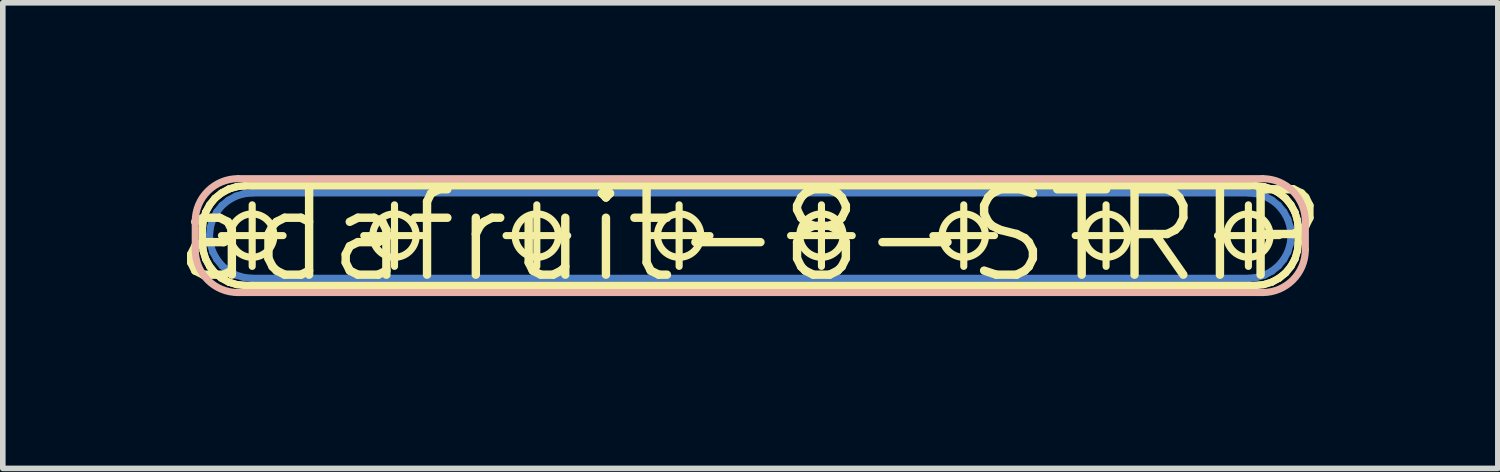
<source format=kicad_pcb>
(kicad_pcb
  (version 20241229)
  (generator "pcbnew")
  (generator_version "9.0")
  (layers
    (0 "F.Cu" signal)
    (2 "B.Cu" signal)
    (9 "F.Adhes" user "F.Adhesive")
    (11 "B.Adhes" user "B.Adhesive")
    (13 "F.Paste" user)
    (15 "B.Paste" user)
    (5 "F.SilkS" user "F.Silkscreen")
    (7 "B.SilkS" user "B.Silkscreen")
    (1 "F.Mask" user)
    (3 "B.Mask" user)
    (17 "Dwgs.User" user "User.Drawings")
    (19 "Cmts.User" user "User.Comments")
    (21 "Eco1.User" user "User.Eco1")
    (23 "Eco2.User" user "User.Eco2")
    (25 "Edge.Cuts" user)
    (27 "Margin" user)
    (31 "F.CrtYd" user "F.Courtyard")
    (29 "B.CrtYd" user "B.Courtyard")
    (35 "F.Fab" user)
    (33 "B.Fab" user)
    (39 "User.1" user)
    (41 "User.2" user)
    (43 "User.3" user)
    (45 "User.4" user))
  (footprint "adafruit-8-STRIP"
    (layer "F.Cu")
    (at 10.341 1.155)
    (property "Reference" "adafruit-8-STRIP" (at 0 0 0) (layer "F.SilkS") (effects (font (size 1.524 1.524) (thickness 0.15))))
    (attr exclude_from_pos_files exclude_from_bom)
    (fp_line (start -9.652 0) (end -9.637 -0.147) (stroke (width 0.127) (type solid)) (layer "B.Cu"))
    (fp_line (start -9.637 -0.147) (end -9.594 -0.29) (stroke (width 0.127) (type solid)) (layer "B.Cu"))
    (fp_line (start -9.637 0.147) (end -9.652 0) (stroke (width 0.127) (type solid)) (layer "B.Cu"))
    (fp_line (start -9.594 -0.29) (end -9.522 -0.422) (stroke (width 0.127) (type solid)) (layer "B.Cu"))
    (fp_line (start -9.594 0.29) (end -9.637 0.147) (stroke (width 0.127) (type solid)) (layer "B.Cu"))
    (fp_line (start -9.522 -0.422) (end -9.428 -0.538) (stroke (width 0.127) (type solid)) (layer "B.Cu"))
    (fp_line (start -9.522 0.422) (end -9.594 0.29) (stroke (width 0.127) (type solid)) (layer "B.Cu"))
    (fp_line (start -9.428 -0.538) (end -9.312 -0.632) (stroke (width 0.127) (type solid)) (layer "B.Cu"))
    (fp_line (start -9.428 0.538) (end -9.522 0.422) (stroke (width 0.127) (type solid)) (layer "B.Cu"))
    (fp_line (start -9.312 -0.632) (end -9.18 -0.704) (stroke (width 0.127) (type solid)) (layer "B.Cu"))
    (fp_line (start -9.312 0.632) (end -9.428 0.538) (stroke (width 0.127) (type solid)) (layer "B.Cu"))
    (fp_line (start -9.18 -0.704) (end -9.037 -0.747) (stroke (width 0.127) (type solid)) (layer "B.Cu"))
    (fp_line (start -9.18 0.704) (end -9.312 0.632) (stroke (width 0.127) (type solid)) (layer "B.Cu"))
    (fp_line (start -9.037 -0.747) (end -8.89 -0.762) (stroke (width 0.127) (type solid)) (layer "B.Cu"))
    (fp_line (start -9.037 0.747) (end -9.18 0.704) (stroke (width 0.127) (type solid)) (layer "B.Cu"))
    (fp_line (start -8.89 -0.762) (end 8.89 -0.762) (stroke (width 0.127) (type solid)) (layer "B.Cu"))
    (fp_line (start -8.89 0.762) (end -9.037 0.747) (stroke (width 0.127) (type solid)) (layer "B.Cu"))
    (fp_line (start 8.89 -0.762) (end 9.037 -0.747) (stroke (width 0.127) (type solid)) (layer "B.Cu"))
    (fp_line (start 8.89 0.762) (end -8.89 0.762) (stroke (width 0.127) (type solid)) (layer "B.Cu"))
    (fp_line (start 9.037 -0.747) (end 9.18 -0.704) (stroke (width 0.127) (type solid)) (layer "B.Cu"))
    (fp_line (start 9.037 0.747) (end 8.89 0.762) (stroke (width 0.127) (type solid)) (layer "B.Cu"))
    (fp_line (start 9.18 -0.704) (end 9.312 -0.632) (stroke (width 0.127) (type solid)) (layer "B.Cu"))
    (fp_line (start 9.18 0.704) (end 9.037 0.747) (stroke (width 0.127) (type solid)) (layer "B.Cu"))
    (fp_line (start 9.312 -0.632) (end 9.428 -0.538) (stroke (width 0.127) (type solid)) (layer "B.Cu"))
    (fp_line (start 9.312 0.632) (end 9.18 0.704) (stroke (width 0.127) (type solid)) (layer "B.Cu"))
    (fp_line (start 9.428 -0.538) (end 9.522 -0.422) (stroke (width 0.127) (type solid)) (layer "B.Cu"))
    (fp_line (start 9.428 0.538) (end 9.312 0.632) (stroke (width 0.127) (type solid)) (layer "B.Cu"))
    (fp_line (start 9.522 -0.422) (end 9.594 -0.29) (stroke (width 0.127) (type solid)) (layer "B.Cu"))
    (fp_line (start 9.522 0.422) (end 9.428 0.538) (stroke (width 0.127) (type solid)) (layer "B.Cu"))
    (fp_line (start 9.594 -0.29) (end 9.637 -0.147) (stroke (width 0.127) (type solid)) (layer "B.Cu"))
    (fp_line (start 9.594 0.29) (end 9.522 0.422) (stroke (width 0.127) (type solid)) (layer "B.Cu"))
    (fp_line (start 9.637 -0.147) (end 9.652 0) (stroke (width 0.127) (type solid)) (layer "B.Cu"))
    (fp_line (start 9.637 0.147) (end 9.594 0.29) (stroke (width 0.127) (type solid)) (layer "B.Cu"))
    (fp_line (start 9.652 0) (end 9.637 0.147) (stroke (width 0.127) (type solid)) (layer "B.Cu"))
    (fp_line (start -9.779 -0.127) (end -9.779 0.127) (stroke (width 0.127) (type solid)) (layer "F.SilkS"))
    (fp_line (start -9.779 -0.127) (end -9.764 -0.274) (stroke (width 0.127) (type solid)) (layer "F.SilkS"))
    (fp_line (start -9.779 0.127) (end -9.779 -0.127) (stroke (width 0.127) (type solid)) (layer "F.SilkS"))
    (fp_line (start -9.779 0.127) (end -9.764 0.274) (stroke (width 0.127) (type solid)) (layer "F.SilkS"))
    (fp_line (start -9.764 -0.274) (end -9.779 -0.127) (stroke (width 0.127) (type solid)) (layer "F.SilkS"))
    (fp_line (start -9.764 -0.274) (end -9.721 -0.417) (stroke (width 0.127) (type solid)) (layer "F.SilkS"))
    (fp_line (start -9.764 0.274) (end -9.779 0.127) (stroke (width 0.127) (type solid)) (layer "F.SilkS"))
    (fp_line (start -9.764 0.274) (end -9.721 0.417) (stroke (width 0.127) (type solid)) (layer "F.SilkS"))
    (fp_line (start -9.721 -0.417) (end -9.764 -0.274) (stroke (width 0.127) (type solid)) (layer "F.SilkS"))
    (fp_line (start -9.721 -0.417) (end -9.649 -0.549) (stroke (width 0.127) (type solid)) (layer "F.SilkS"))
    (fp_line (start -9.721 0.417) (end -9.764 0.274) (stroke (width 0.127) (type solid)) (layer "F.SilkS"))
    (fp_line (start -9.721 0.417) (end -9.649 0.549) (stroke (width 0.127) (type solid)) (layer "F.SilkS"))
    (fp_line (start -9.649 -0.549) (end -9.721 -0.417) (stroke (width 0.127) (type solid)) (layer "F.SilkS"))
    (fp_line (start -9.649 -0.549) (end -9.555 -0.665) (stroke (width 0.127) (type solid)) (layer "F.SilkS"))
    (fp_line (start -9.649 0.549) (end -9.721 0.417) (stroke (width 0.127) (type solid)) (layer "F.SilkS"))
    (fp_line (start -9.649 0.549) (end -9.555 0.665) (stroke (width 0.127) (type solid)) (layer "F.SilkS"))
    (fp_line (start -9.555 -0.665) (end -9.649 -0.549) (stroke (width 0.127) (type solid)) (layer "F.SilkS"))
    (fp_line (start -9.555 -0.665) (end -9.439 -0.759) (stroke (width 0.127) (type solid)) (layer "F.SilkS"))
    (fp_line (start -9.555 0.665) (end -9.649 0.549) (stroke (width 0.127) (type solid)) (layer "F.SilkS"))
    (fp_line (start -9.555 0.665) (end -9.439 0.759) (stroke (width 0.127) (type solid)) (layer "F.SilkS"))
    (fp_line (start -9.439 -0.759) (end -9.555 -0.665) (stroke (width 0.127) (type solid)) (layer "F.SilkS"))
    (fp_line (start -9.439 -0.759) (end -9.307 -0.831) (stroke (width 0.127) (type solid)) (layer "F.SilkS"))
    (fp_line (start -9.439 0) (end -8.339 0) (stroke (width 0.127) (type solid)) (layer "F.SilkS"))
    (fp_line (start -9.439 0.759) (end -9.555 0.665) (stroke (width 0.127) (type solid)) (layer "F.SilkS"))
    (fp_line (start -9.439 0.759) (end -9.307 0.831) (stroke (width 0.127) (type solid)) (layer "F.SilkS"))
    (fp_line (start -9.307 -0.831) (end -9.439 -0.759) (stroke (width 0.127) (type solid)) (layer "F.SilkS"))
    (fp_line (start -9.307 -0.831) (end -9.164 -0.874) (stroke (width 0.127) (type solid)) (layer "F.SilkS"))
    (fp_line (start -9.307 0.831) (end -9.439 0.759) (stroke (width 0.127) (type solid)) (layer "F.SilkS"))
    (fp_line (start -9.307 0.831) (end -9.164 0.874) (stroke (width 0.127) (type solid)) (layer "F.SilkS"))
    (fp_line (start -9.164 -0.874) (end -9.307 -0.831) (stroke (width 0.127) (type solid)) (layer "F.SilkS"))
    (fp_line (start -9.164 -0.874) (end -9.017 -0.889) (stroke (width 0.127) (type solid)) (layer "F.SilkS"))
    (fp_line (start -9.164 0.874) (end -9.307 0.831) (stroke (width 0.127) (type solid)) (layer "F.SilkS"))
    (fp_line (start -9.164 0.874) (end -9.017 0.889) (stroke (width 0.127) (type solid)) (layer "F.SilkS"))
    (fp_line (start -9.017 -0.889) (end -9.164 -0.874) (stroke (width 0.127) (type solid)) (layer "F.SilkS"))
    (fp_line (start -9.017 -0.889) (end 9.017 -0.889) (stroke (width 0.127) (type solid)) (layer "F.SilkS"))
    (fp_line (start -9.017 0.889) (end -9.164 0.874) (stroke (width 0.127) (type solid)) (layer "F.SilkS"))
    (fp_line (start -9.017 0.889) (end 9.017 0.889) (stroke (width 0.127) (type solid)) (layer "F.SilkS"))
    (fp_line (start -8.89 0.549) (end -8.89 -0.549) (stroke (width 0.127) (type solid)) (layer "F.SilkS"))
    (fp_line (start -6.899 0) (end -5.799 0) (stroke (width 0.127) (type solid)) (layer "F.SilkS"))
    (fp_line (start -6.35 0.549) (end -6.35 -0.549) (stroke (width 0.127) (type solid)) (layer "F.SilkS"))
    (fp_line (start -4.359 0) (end -3.259 0) (stroke (width 0.127) (type solid)) (layer "F.SilkS"))
    (fp_line (start -3.81 0.549) (end -3.81 -0.549) (stroke (width 0.127) (type solid)) (layer "F.SilkS"))
    (fp_line (start -1.819 0) (end -0.719 0) (stroke (width 0.127) (type solid)) (layer "F.SilkS"))
    (fp_line (start -1.27 0.549) (end -1.27 -0.549) (stroke (width 0.127) (type solid)) (layer "F.SilkS"))
    (fp_line (start 0.719 0) (end 1.819 0) (stroke (width 0.127) (type solid)) (layer "F.SilkS"))
    (fp_line (start 1.27 0.549) (end 1.27 -0.549) (stroke (width 0.127) (type solid)) (layer "F.SilkS"))
    (fp_line (start 3.259 0) (end 4.359 0) (stroke (width 0.127) (type solid)) (layer "F.SilkS"))
    (fp_line (start 3.81 0.549) (end 3.81 -0.549) (stroke (width 0.127) (type solid)) (layer "F.SilkS"))
    (fp_line (start 5.799 0) (end 6.899 0) (stroke (width 0.127) (type solid)) (layer "F.SilkS"))
    (fp_line (start 6.35 0.549) (end 6.35 -0.549) (stroke (width 0.127) (type solid)) (layer "F.SilkS"))
    (fp_line (start 8.339 0) (end 9.439 0) (stroke (width 0.127) (type solid)) (layer "F.SilkS"))
    (fp_line (start 8.89 0.549) (end 8.89 -0.549) (stroke (width 0.127) (type solid)) (layer "F.SilkS"))
    (fp_line (start 9.017 -0.889) (end -9.017 -0.889) (stroke (width 0.127) (type solid)) (layer "F.SilkS"))
    (fp_line (start 9.017 -0.889) (end 9.164 -0.874) (stroke (width 0.127) (type solid)) (layer "F.SilkS"))
    (fp_line (start 9.017 0.889) (end -9.017 0.889) (stroke (width 0.127) (type solid)) (layer "F.SilkS"))
    (fp_line (start 9.017 0.889) (end 9.164 0.874) (stroke (width 0.127) (type solid)) (layer "F.SilkS"))
    (fp_line (start 9.164 -0.874) (end 9.017 -0.889) (stroke (width 0.127) (type solid)) (layer "F.SilkS"))
    (fp_line (start 9.164 -0.874) (end 9.307 -0.831) (stroke (width 0.127) (type solid)) (layer "F.SilkS"))
    (fp_line (start 9.164 0.874) (end 9.017 0.889) (stroke (width 0.127) (type solid)) (layer "F.SilkS"))
    (fp_line (start 9.164 0.874) (end 9.307 0.831) (stroke (width 0.127) (type solid)) (layer "F.SilkS"))
    (fp_line (start 9.307 -0.831) (end 9.164 -0.874) (stroke (width 0.127) (type solid)) (layer "F.SilkS"))
    (fp_line (start 9.307 -0.831) (end 9.439 -0.759) (stroke (width 0.127) (type solid)) (layer "F.SilkS"))
    (fp_line (start 9.307 0.831) (end 9.164 0.874) (stroke (width 0.127) (type solid)) (layer "F.SilkS"))
    (fp_line (start 9.307 0.831) (end 9.439 0.759) (stroke (width 0.127) (type solid)) (layer "F.SilkS"))
    (fp_line (start 9.439 -0.759) (end 9.307 -0.831) (stroke (width 0.127) (type solid)) (layer "F.SilkS"))
    (fp_line (start 9.439 -0.759) (end 9.555 -0.665) (stroke (width 0.127) (type solid)) (layer "F.SilkS"))
    (fp_line (start 9.439 0.759) (end 9.307 0.831) (stroke (width 0.127) (type solid)) (layer "F.SilkS"))
    (fp_line (start 9.439 0.759) (end 9.555 0.665) (stroke (width 0.127) (type solid)) (layer "F.SilkS"))
    (fp_line (start 9.555 -0.665) (end 9.439 -0.759) (stroke (width 0.127) (type solid)) (layer "F.SilkS"))
    (fp_line (start 9.555 -0.665) (end 9.649 -0.549) (stroke (width 0.127) (type solid)) (layer "F.SilkS"))
    (fp_line (start 9.555 0.665) (end 9.439 0.759) (stroke (width 0.127) (type solid)) (layer "F.SilkS"))
    (fp_line (start 9.555 0.665) (end 9.649 0.549) (stroke (width 0.127) (type solid)) (layer "F.SilkS"))
    (fp_line (start 9.649 -0.549) (end 9.555 -0.665) (stroke (width 0.127) (type solid)) (layer "F.SilkS"))
    (fp_line (start 9.649 -0.549) (end 9.721 -0.417) (stroke (width 0.127) (type solid)) (layer "F.SilkS"))
    (fp_line (start 9.649 0.549) (end 9.555 0.665) (stroke (width 0.127) (type solid)) (layer "F.SilkS"))
    (fp_line (start 9.649 0.549) (end 9.721 0.417) (stroke (width 0.127) (type solid)) (layer "F.SilkS"))
    (fp_line (start 9.721 -0.417) (end 9.649 -0.549) (stroke (width 0.127) (type solid)) (layer "F.SilkS"))
    (fp_line (start 9.721 -0.417) (end 9.764 -0.274) (stroke (width 0.127) (type solid)) (layer "F.SilkS"))
    (fp_line (start 9.721 0.417) (end 9.649 0.549) (stroke (width 0.127) (type solid)) (layer "F.SilkS"))
    (fp_line (start 9.721 0.417) (end 9.764 0.274) (stroke (width 0.127) (type solid)) (layer "F.SilkS"))
    (fp_line (start 9.764 -0.274) (end 9.721 -0.417) (stroke (width 0.127) (type solid)) (layer "F.SilkS"))
    (fp_line (start 9.764 -0.274) (end 9.779 -0.127) (stroke (width 0.127) (type solid)) (layer "F.SilkS"))
    (fp_line (start 9.764 0.274) (end 9.721 0.417) (stroke (width 0.127) (type solid)) (layer "F.SilkS"))
    (fp_line (start 9.764 0.274) (end 9.779 0.127) (stroke (width 0.127) (type solid)) (layer "F.SilkS"))
    (fp_line (start 9.779 -0.127) (end 9.764 -0.274) (stroke (width 0.127) (type solid)) (layer "F.SilkS"))
    (fp_line (start 9.779 -0.127) (end 9.779 0.127) (stroke (width 0.127) (type solid)) (layer "F.SilkS"))
    (fp_line (start 9.779 0.127) (end 9.764 0.274) (stroke (width 0.127) (type solid)) (layer "F.SilkS"))
    (fp_line (start 9.779 0.127) (end 9.779 -0.127) (stroke (width 0.127) (type solid)) (layer "F.SilkS"))
    (fp_circle (center -8.89 0) (end -9.164 0.274) (stroke (width 0.127) (type solid)) (fill no) (layer "F.SilkS"))
    (fp_circle (center -6.35 0) (end -6.624 0.274) (stroke (width 0.127) (type solid)) (fill no) (layer "F.SilkS"))
    (fp_circle (center -3.81 0) (end -4.084 0.274) (stroke (width 0.127) (type solid)) (fill no) (layer "F.SilkS"))
    (fp_circle (center -1.27 0) (end -1.544 0.274) (stroke (width 0.127) (type solid)) (fill no) (layer "F.SilkS"))
    (fp_circle (center 1.27 0) (end 1.544 0.274) (stroke (width 0.127) (type solid)) (fill no) (layer "F.SilkS"))
    (fp_circle (center 3.81 0) (end 4.084 0.274) (stroke (width 0.127) (type solid)) (fill no) (layer "F.SilkS"))
    (fp_circle (center 6.35 0) (end 6.624 0.274) (stroke (width 0.127) (type solid)) (fill no) (layer "F.SilkS"))
    (fp_circle (center 8.89 0) (end 9.164 0.274) (stroke (width 0.127) (type solid)) (fill no) (layer "F.SilkS"))
    (fp_line (start -9.906 0.254) (end -9.906 -0.254) (stroke (width 0.127) (type solid)) (layer "B.SilkS"))
    (fp_line (start -9.144 -1.016) (end 9.144 -1.016) (stroke (width 0.127) (type solid)) (layer "B.SilkS"))
    (fp_line (start 9.144 1.016) (end -9.144 1.016) (stroke (width 0.127) (type solid)) (layer "B.SilkS"))
    (fp_line (start 9.906 -0.254) (end 9.906 0.254) (stroke (width 0.127) (type solid)) (layer "B.SilkS"))
    (fp_arc (start -9.906 -0.254) (mid -9.682815 -0.792815) (end -9.144 -1.016) (stroke (width 0.127) (type solid)) (layer "B.SilkS"))
    (fp_arc (start -9.144 1.016) (mid -9.682815 0.792815) (end -9.906 0.254) (stroke (width 0.127) (type solid)) (layer "B.SilkS"))
    (fp_arc (start 9.144 -1.016) (mid 9.682815 -0.792815) (end 9.906 -0.254) (stroke (width 0.127) (type solid)) (layer "B.SilkS"))
    (fp_arc (start 9.906 0.254) (mid 9.682815 0.792815) (end 9.144 1.016) (stroke (width 0.127) (type solid)) (layer "B.SilkS"))
    (fp_line (start -9.652 0) (end -9.637 0.147) (stroke (width 0.127) (type solid)) (layer "B.Adhes"))
    (fp_line (start -9.637 -0.147) (end -9.652 0) (stroke (width 0.127) (type solid)) (layer "B.Adhes"))
    (fp_line (start -9.637 0.147) (end -9.594 0.29) (stroke (width 0.127) (type solid)) (layer "B.Adhes"))
    (fp_line (start -9.594 -0.29) (end -9.637 -0.147) (stroke (width 0.127) (type solid)) (layer "B.Adhes"))
    (fp_line (start -9.594 0.29) (end -9.522 0.422) (stroke (width 0.127) (type solid)) (layer "B.Adhes"))
    (fp_line (start -9.522 -0.422) (end -9.594 -0.29) (stroke (width 0.127) (type solid)) (layer "B.Adhes"))
    (fp_line (start -9.522 0.422) (end -9.428 0.538) (stroke (width 0.127) (type solid)) (layer "B.Adhes"))
    (fp_line (start -9.428 -0.538) (end -9.522 -0.422) (stroke (width 0.127) (type solid)) (layer "B.Adhes"))
    (fp_line (start -9.428 0.538) (end -9.312 0.632) (stroke (width 0.127) (type solid)) (layer "B.Adhes"))
    (fp_line (start -9.312 -0.632) (end -9.428 -0.538) (stroke (width 0.127) (type solid)) (layer "B.Adhes"))
    (fp_line (start -9.312 0.632) (end -9.18 0.704) (stroke (width 0.127) (type solid)) (layer "B.Adhes"))
    (fp_line (start -9.18 -0.704) (end -9.312 -0.632) (stroke (width 0.127) (type solid)) (layer "B.Adhes"))
    (fp_line (start -9.18 0.704) (end -9.037 0.747) (stroke (width 0.127) (type solid)) (layer "B.Adhes"))
    (fp_line (start -9.037 -0.747) (end -9.18 -0.704) (stroke (width 0.127) (type solid)) (layer "B.Adhes"))
    (fp_line (start -9.037 0.747) (end -8.89 0.762) (stroke (width 0.127) (type solid)) (layer "B.Adhes"))
    (fp_line (start -8.89 -0.762) (end -9.037 -0.747) (stroke (width 0.127) (type solid)) (layer "B.Adhes"))
    (fp_line (start -8.89 0.762) (end 8.89 0.762) (stroke (width 0.127) (type solid)) (layer "B.Adhes"))
    (fp_line (start 8.89 -0.762) (end -8.89 -0.762) (stroke (width 0.127) (type solid)) (layer "B.Adhes"))
    (fp_line (start 8.89 0.762) (end 9.037 0.747) (stroke (width 0.127) (type solid)) (layer "B.Adhes"))
    (fp_line (start 9.037 -0.747) (end 8.89 -0.762) (stroke (width 0.127) (type solid)) (layer "B.Adhes"))
    (fp_line (start 9.037 0.747) (end 9.18 0.704) (stroke (width 0.127) (type solid)) (layer "B.Adhes"))
    (fp_line (start 9.18 -0.704) (end 9.037 -0.747) (stroke (width 0.127) (type solid)) (layer "B.Adhes"))
    (fp_line (start 9.18 0.704) (end 9.312 0.632) (stroke (width 0.127) (type solid)) (layer "B.Adhes"))
    (fp_line (start 9.312 -0.632) (end 9.18 -0.704) (stroke (width 0.127) (type solid)) (layer "B.Adhes"))
    (fp_line (start 9.312 0.632) (end 9.428 0.538) (stroke (width 0.127) (type solid)) (layer "B.Adhes"))
    (fp_line (start 9.428 -0.538) (end 9.312 -0.632) (stroke (width 0.127) (type solid)) (layer "B.Adhes"))
    (fp_line (start 9.428 0.538) (end 9.522 0.422) (stroke (width 0.127) (type solid)) (layer "B.Adhes"))
    (fp_line (start 9.522 -0.422) (end 9.428 -0.538) (stroke (width 0.127) (type solid)) (layer "B.Adhes"))
    (fp_line (start 9.522 0.422) (end 9.594 0.29) (stroke (width 0.127) (type solid)) (layer "B.Adhes"))
    (fp_line (start 9.594 -0.29) (end 9.522 -0.422) (stroke (width 0.127) (type solid)) (layer "B.Adhes"))
    (fp_line (start 9.594 0.29) (end 9.637 0.147) (stroke (width 0.127) (type solid)) (layer "B.Adhes"))
    (fp_line (start 9.637 -0.147) (end 9.594 -0.29) (stroke (width 0.127) (type solid)) (layer "B.Adhes"))
    (fp_line (start 9.637 0.147) (end 9.652 0) (stroke (width 0.127) (type solid)) (layer "B.Adhes"))
    (fp_line (start 9.652 0) (end 9.637 -0.147) (stroke (width 0.127) (type solid)) (layer "B.Adhes")))
  (gr_rect
    (start -3 -3)
    (end 23.683 5.31)
    (stroke (width 0.1) (type default))
    (fill no)
    (layer "Edge.Cuts")))
</source>
